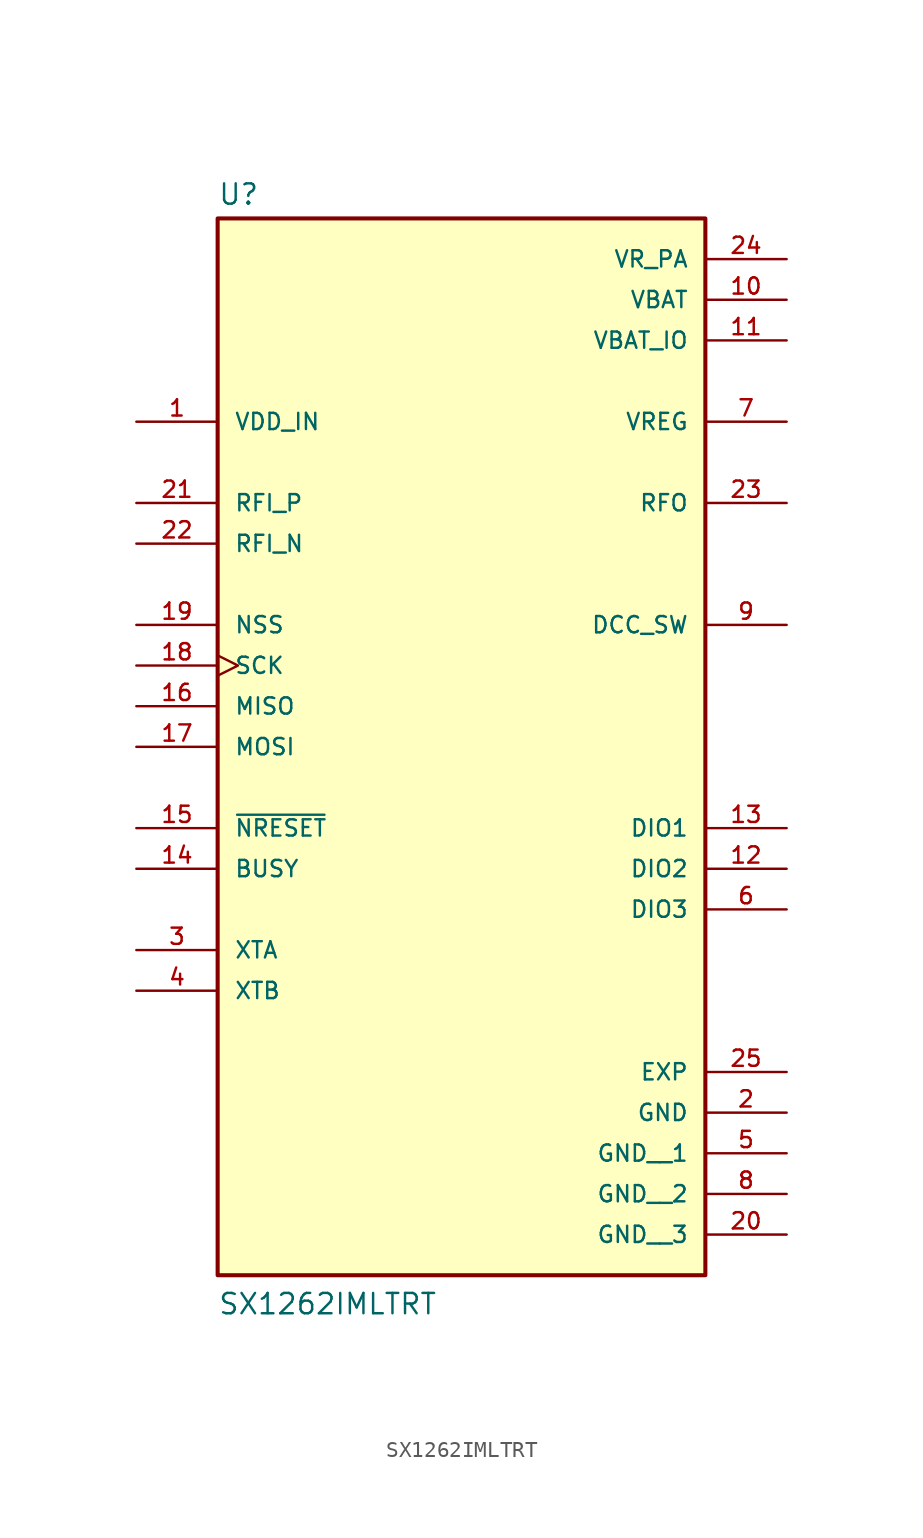
<source format=kicad_sym>
(kicad_symbol_lib
  (version 20220914)
  (generator kicad_symbol_editor)
  (symbol "SX1262IMLTRT"
    (pin_names
      (offset 1.016))
    (property "Reference" "U"
      (at -15.24 28.702 0)
      (effects (font (size 1.27 1.27)) (justify left bottom)))
    (property "Value" "SX1262IMLTRT"
      (at -15.24 -40.64 0)
      (effects (font (size 1.27 1.27)) (justify left bottom)))
    (symbol "SX1262IMLTRT_0_0"
      (rectangle (start -15.24 27.94) (end 15.24 -38.1) (stroke (width 0.254) (type default)) (fill (type background)))
      (pin input line (at -20.32 15.24 0) (length 5.08) (name "VDD_IN" (effects (font (size 1.016 1.016)))) (number "1" (effects (font (size 1.016 1.016)))))
      (pin power_in line (at 20.32 22.86 180) (length 5.08) (name "VBAT" (effects (font (size 1.016 1.016)))) (number "10" (effects (font (size 1.016 1.016)))))
      (pin power_in line (at 20.32 20.32 180) (length 5.08) (name "VBAT_IO" (effects (font (size 1.016 1.016)))) (number "11" (effects (font (size 1.016 1.016)))))
      (pin bidirectional line (at 20.32 -12.7 180) (length 5.08) (name "DIO2" (effects (font (size 1.016 1.016)))) (number "12" (effects (font (size 1.016 1.016)))))
      (pin bidirectional line (at 20.32 -10.16 180) (length 5.08) (name "DIO1" (effects (font (size 1.016 1.016)))) (number "13" (effects (font (size 1.016 1.016)))))
      (pin bidirectional line (at -20.32 -12.7 0) (length 5.08) (name "BUSY" (effects (font (size 1.016 1.016)))) (number "14" (effects (font (size 1.016 1.016)))))
      (pin bidirectional line (at -20.32 -10.16 0) (length 5.08) (name "~{NRESET}" (effects (font (size 1.016 1.016)))) (number "15" (effects (font (size 1.016 1.016)))))
      (pin output line (at -20.32 -2.54 0) (length 5.08) (name "MISO" (effects (font (size 1.016 1.016)))) (number "16" (effects (font (size 1.016 1.016)))))
      (pin input line (at -20.32 -5.08 0) (length 5.08) (name "MOSI" (effects (font (size 1.016 1.016)))) (number "17" (effects (font (size 1.016 1.016)))))
      (pin input clock (at -20.32 0 0) (length 5.08) (name "SCK" (effects (font (size 1.016 1.016)))) (number "18" (effects (font (size 1.016 1.016)))))
      (pin input line (at -20.32 2.54 0) (length 5.08) (name "NSS" (effects (font (size 1.016 1.016)))) (number "19" (effects (font (size 1.016 1.016)))))
      (pin power_in line (at 20.32 -27.94 180) (length 5.08) (name "GND" (effects (font (size 1.016 1.016)))) (number "2" (effects (font (size 1.016 1.016)))))
      (pin power_in line (at 20.32 -35.56 180) (length 5.08) (name "GND__3" (effects (font (size 1.016 1.016)))) (number "20" (effects (font (size 1.016 1.016)))))
      (pin input line (at -20.32 10.16 0) (length 5.08) (name "RFI_P" (effects (font (size 1.016 1.016)))) (number "21" (effects (font (size 1.016 1.016)))))
      (pin input line (at -20.32 7.62 0) (length 5.08) (name "RFI_N" (effects (font (size 1.016 1.016)))) (number "22" (effects (font (size 1.016 1.016)))))
      (pin output line (at 20.32 10.16 180) (length 5.08) (name "RFO" (effects (font (size 1.016 1.016)))) (number "23" (effects (font (size 1.016 1.016)))))
      (pin power_in line (at 20.32 25.4 180) (length 5.08) (name "VR_PA" (effects (font (size 1.016 1.016)))) (number "24" (effects (font (size 1.016 1.016)))))
      (pin power_in line (at 20.32 -25.4 180) (length 5.08) (name "EXP" (effects (font (size 1.016 1.016)))) (number "25" (effects (font (size 1.016 1.016)))))
      (pin bidirectional line (at -20.32 -17.78 0) (length 5.08) (name "XTA" (effects (font (size 1.016 1.016)))) (number "3" (effects (font (size 1.016 1.016)))))
      (pin bidirectional line (at -20.32 -20.32 0) (length 5.08) (name "XTB" (effects (font (size 1.016 1.016)))) (number "4" (effects (font (size 1.016 1.016)))))
      (pin power_in line (at 20.32 -30.48 180) (length 5.08) (name "GND__1" (effects (font (size 1.016 1.016)))) (number "5" (effects (font (size 1.016 1.016)))))
      (pin bidirectional line (at 20.32 -15.24 180) (length 5.08) (name "DIO3" (effects (font (size 1.016 1.016)))) (number "6" (effects (font (size 1.016 1.016)))))
      (pin output line (at 20.32 15.24 180) (length 5.08) (name "VREG" (effects (font (size 1.016 1.016)))) (number "7" (effects (font (size 1.016 1.016)))))
      (pin power_in line (at 20.32 -33.02 180) (length 5.08) (name "GND__2" (effects (font (size 1.016 1.016)))) (number "8" (effects (font (size 1.016 1.016)))))
      (pin output line (at 20.32 2.54 180) (length 5.08) (name "DCC_SW" (effects (font (size 1.016 1.016)))) (number "9" (effects (font (size 1.016 1.016))))))))
</source>
